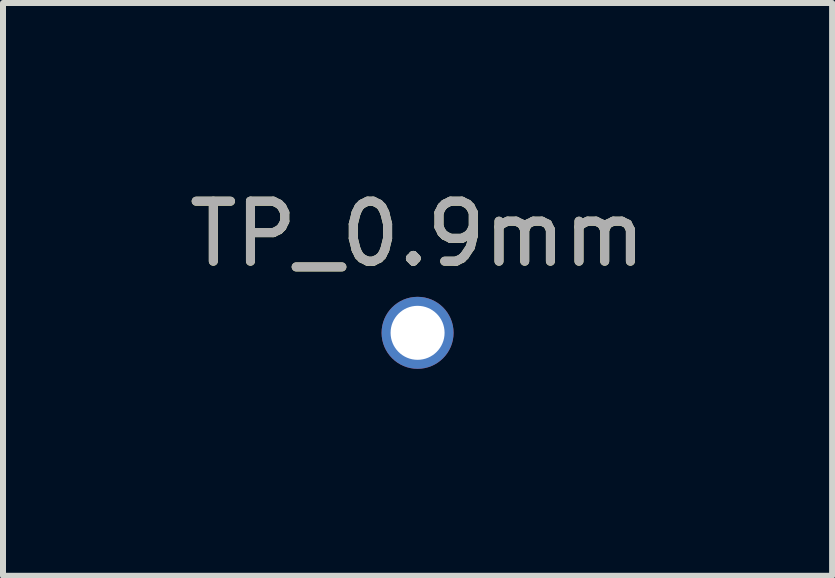
<source format=kicad_pcb>
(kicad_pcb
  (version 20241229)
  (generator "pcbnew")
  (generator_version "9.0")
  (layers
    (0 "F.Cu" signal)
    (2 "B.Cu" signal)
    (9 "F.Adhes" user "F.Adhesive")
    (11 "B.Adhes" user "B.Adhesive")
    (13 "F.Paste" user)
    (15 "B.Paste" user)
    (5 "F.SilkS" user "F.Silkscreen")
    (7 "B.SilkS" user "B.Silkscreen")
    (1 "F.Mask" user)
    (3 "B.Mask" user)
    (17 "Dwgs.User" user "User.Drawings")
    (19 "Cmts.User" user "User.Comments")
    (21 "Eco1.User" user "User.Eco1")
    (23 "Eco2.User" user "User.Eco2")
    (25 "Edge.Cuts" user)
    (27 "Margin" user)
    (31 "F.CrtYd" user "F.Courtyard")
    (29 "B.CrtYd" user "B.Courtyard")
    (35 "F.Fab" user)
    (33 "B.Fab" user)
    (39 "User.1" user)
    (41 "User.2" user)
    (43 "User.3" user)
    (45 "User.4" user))
  (footprint "TP_0.9mm"
    (layer "F.Cu")
    (at 3.911 2.498)
    (property "Reference" "TP_0.9mm" (at 0 -1.648 0) (layer "F.SilkS") (effects (font (size 1 1) (thickness 0.15))))
    (attr exclude_from_pos_files exclude_from_bom)
    (fp_poly (pts (xy 0 -0.5) (xy 0.4 -0.8) (xy 0.4 -0.3) (xy 1 -0.2) (xy 0.45 0) (xy 0.9 0.5) (xy 0.3 0.4) (xy 0.2 0.9) (xy 0 0.45) (xy -0.3 1) (xy -0.3 0.5) (xy -0.7 0.6) (xy -0.5 0.2) (xy -1 0) (xy -0.45 -0.1) (xy -0.9 -0.5) (xy -0.3 -0.4) (xy -0.2 -0.9)) (stroke (width 0.1) (type solid)) (fill yes) (layer "F.Mask"))
    (fp_text user "${REFERENCE}" (at 0 -1.65 0) (layer "F.Fab") (effects (font (size 1 1) (thickness 0.15))))
    (pad "1" thru_hole circle (at 0 0) (size 1.2 1.2) (drill 0.9) (layers "*.Cu" "*.Mask")))
  (gr_rect
    (start -3 -3)
    (end 10.821 6.548)
    (stroke (width 0.1) (type default))
    (fill no)
    (layer "Edge.Cuts")))
</source>
